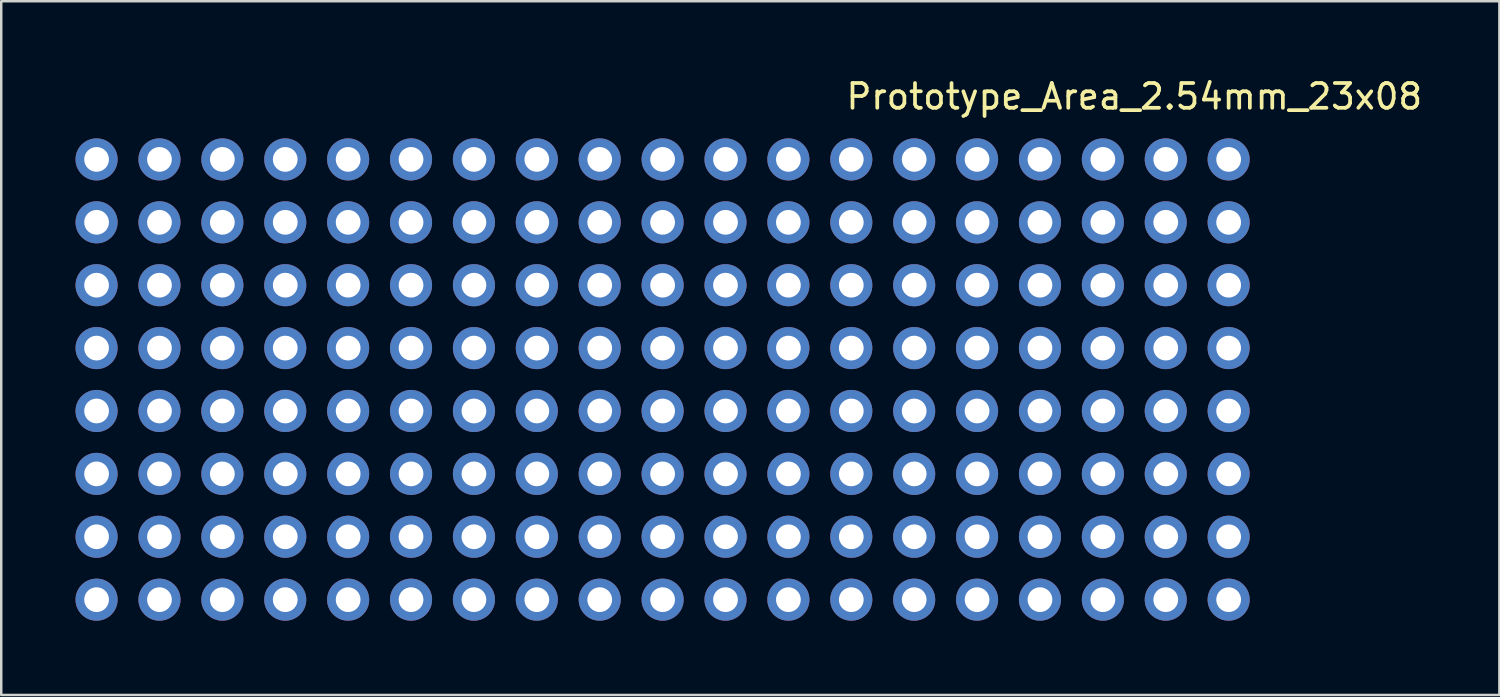
<source format=kicad_pcb>
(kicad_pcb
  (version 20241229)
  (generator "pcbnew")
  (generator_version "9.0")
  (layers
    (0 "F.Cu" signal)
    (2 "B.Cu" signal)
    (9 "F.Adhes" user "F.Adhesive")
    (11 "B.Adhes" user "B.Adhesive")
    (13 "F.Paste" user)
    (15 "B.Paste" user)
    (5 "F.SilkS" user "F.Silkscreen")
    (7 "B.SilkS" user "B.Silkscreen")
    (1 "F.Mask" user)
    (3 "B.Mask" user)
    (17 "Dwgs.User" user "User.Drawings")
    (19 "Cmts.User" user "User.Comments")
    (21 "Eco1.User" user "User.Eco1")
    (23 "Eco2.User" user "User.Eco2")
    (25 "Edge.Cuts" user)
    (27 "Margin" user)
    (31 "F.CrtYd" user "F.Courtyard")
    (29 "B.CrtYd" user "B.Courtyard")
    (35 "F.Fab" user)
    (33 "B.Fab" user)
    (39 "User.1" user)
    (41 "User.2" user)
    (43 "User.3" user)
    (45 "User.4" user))
  (footprint "Prototype_Area_2.54mm_23x08"
    (layer "F.Cu")
    (at 46.57 3.388)
    (property "Reference" "Prototype_Area_2.54mm_23x08" (at -3.81 -2.54 0) (layer "F.SilkS") (effects (font (size 1 1) (thickness 0.15))))
    (attr through_hole)
    (pad "1" thru_hole circle (at -20.32 0) (size 1.7 1.7) (drill 1) (layers "*.Cu" "*.Mask"))
    (pad "1" thru_hole circle (at 0 0) (size 1.7 1.7) (drill 1) (layers "*.Cu" "*.Mask"))
    (pad "2" thru_hole oval (at -22.86 0) (size 1.7 1.7) (drill 1) (layers "*.Cu" "*.Mask"))
    (pad "2" thru_hole oval (at -2.54 0) (size 1.7 1.7) (drill 1) (layers "*.Cu" "*.Mask"))
    (pad "3" thru_hole oval (at -25.4 0) (size 1.7 1.7) (drill 1) (layers "*.Cu" "*.Mask"))
    (pad "3" thru_hole oval (at -5.08 0) (size 1.7 1.7) (drill 1) (layers "*.Cu" "*.Mask"))
    (pad "4" thru_hole oval (at -27.94 0) (size 1.7 1.7) (drill 1) (layers "*.Cu" "*.Mask"))
    (pad "4" thru_hole oval (at -7.62 0) (size 1.7 1.7) (drill 1) (layers "*.Cu" "*.Mask"))
    (pad "5" thru_hole circle (at -30.48 0) (size 1.7 1.7) (drill 1) (layers "*.Cu" "*.Mask"))
    (pad "5" thru_hole circle (at -10.16 0) (size 1.7 1.7) (drill 1) (layers "*.Cu" "*.Mask"))
    (pad "6" thru_hole oval (at -40.64 0) (size 1.7 1.7) (drill 1) (layers "*.Cu" "*.Mask"))
    (pad "6" thru_hole oval (at -33.02 0) (size 1.7 1.7) (drill 1) (layers "*.Cu" "*.Mask"))
    (pad "6" thru_hole oval (at -12.7 0) (size 1.7 1.7) (drill 1) (layers "*.Cu" "*.Mask"))
    (pad "7" thru_hole oval (at -43.18 0) (size 1.7 1.7) (drill 1) (layers "*.Cu" "*.Mask"))
    (pad "7" thru_hole oval (at -35.56 0) (size 1.7 1.7) (drill 1) (layers "*.Cu" "*.Mask"))
    (pad "7" thru_hole oval (at -15.24 0) (size 1.7 1.7) (drill 1) (layers "*.Cu" "*.Mask"))
    (pad "8" thru_hole oval (at -45.72 0) (size 1.7 1.7) (drill 1) (layers "*.Cu" "*.Mask"))
    (pad "8" thru_hole oval (at -38.1 0) (size 1.7 1.7) (drill 1) (layers "*.Cu" "*.Mask"))
    (pad "8" thru_hole oval (at -17.78 0) (size 1.7 1.7) (drill 1) (layers "*.Cu" "*.Mask"))
    (pad "11" thru_hole oval (at -45.72 2.54) (size 1.7 1.7) (drill 1) (layers "*.Cu" "*.Mask"))
    (pad "11" thru_hole oval (at -38.1 2.54) (size 1.7 1.7) (drill 1) (layers "*.Cu" "*.Mask"))
    (pad "11" thru_hole oval (at -17.78 2.54) (size 1.7 1.7) (drill 1) (layers "*.Cu" "*.Mask"))
    (pad "12" thru_hole oval (at -43.18 2.54) (size 1.7 1.7) (drill 1) (layers "*.Cu" "*.Mask"))
    (pad "12" thru_hole oval (at -35.56 2.54) (size 1.7 1.7) (drill 1) (layers "*.Cu" "*.Mask"))
    (pad "12" thru_hole oval (at -15.24 2.54) (size 1.7 1.7) (drill 1) (layers "*.Cu" "*.Mask"))
    (pad "13" thru_hole oval (at -40.64 2.54) (size 1.7 1.7) (drill 1) (layers "*.Cu" "*.Mask"))
    (pad "13" thru_hole oval (at -33.02 2.54) (size 1.7 1.7) (drill 1) (layers "*.Cu" "*.Mask"))
    (pad "13" thru_hole oval (at -12.7 2.54) (size 1.7 1.7) (drill 1) (layers "*.Cu" "*.Mask"))
    (pad "14" thru_hole oval (at -30.48 2.54) (size 1.7 1.7) (drill 1) (layers "*.Cu" "*.Mask"))
    (pad "14" thru_hole oval (at -10.16 2.54) (size 1.7 1.7) (drill 1) (layers "*.Cu" "*.Mask"))
    (pad "15" thru_hole oval (at -27.94 2.54) (size 1.7 1.7) (drill 1) (layers "*.Cu" "*.Mask"))
    (pad "15" thru_hole oval (at -7.62 2.54) (size 1.7 1.7) (drill 1) (layers "*.Cu" "*.Mask"))
    (pad "16" thru_hole oval (at -25.4 2.54) (size 1.7 1.7) (drill 1) (layers "*.Cu" "*.Mask"))
    (pad "16" thru_hole oval (at -5.08 2.54) (size 1.7 1.7) (drill 1) (layers "*.Cu" "*.Mask"))
    (pad "17" thru_hole oval (at -22.86 2.54) (size 1.7 1.7) (drill 1) (layers "*.Cu" "*.Mask"))
    (pad "17" thru_hole oval (at -2.54 2.54) (size 1.7 1.7) (drill 1) (layers "*.Cu" "*.Mask"))
    (pad "18" thru_hole oval (at -20.32 2.54) (size 1.7 1.7) (drill 1) (layers "*.Cu" "*.Mask"))
    (pad "18" thru_hole oval (at 0 2.54) (size 1.7 1.7) (drill 1) (layers "*.Cu" "*.Mask"))
    (pad "19" thru_hole oval (at -20.32 5.08) (size 1.7 1.7) (drill 1) (layers "*.Cu" "*.Mask"))
    (pad "19" thru_hole oval (at 0 5.08) (size 1.7 1.7) (drill 1) (layers "*.Cu" "*.Mask"))
    (pad "20" thru_hole oval (at -22.86 5.08) (size 1.7 1.7) (drill 1) (layers "*.Cu" "*.Mask"))
    (pad "20" thru_hole oval (at -2.54 5.08) (size 1.7 1.7) (drill 1) (layers "*.Cu" "*.Mask"))
    (pad "21" thru_hole oval (at -25.4 5.08) (size 1.7 1.7) (drill 1) (layers "*.Cu" "*.Mask"))
    (pad "21" thru_hole oval (at -5.08 5.08) (size 1.7 1.7) (drill 1) (layers "*.Cu" "*.Mask"))
    (pad "22" thru_hole oval (at -27.94 5.08) (size 1.7 1.7) (drill 1) (layers "*.Cu" "*.Mask"))
    (pad "22" thru_hole oval (at -7.62 5.08) (size 1.7 1.7) (drill 1) (layers "*.Cu" "*.Mask"))
    (pad "23" thru_hole oval (at -30.48 5.08) (size 1.7 1.7) (drill 1) (layers "*.Cu" "*.Mask"))
    (pad "23" thru_hole oval (at -10.16 5.08) (size 1.7 1.7) (drill 1) (layers "*.Cu" "*.Mask"))
    (pad "24" thru_hole oval (at -40.64 5.08) (size 1.7 1.7) (drill 1) (layers "*.Cu" "*.Mask"))
    (pad "24" thru_hole oval (at -33.02 5.08) (size 1.7 1.7) (drill 1) (layers "*.Cu" "*.Mask"))
    (pad "24" thru_hole oval (at -12.7 5.08) (size 1.7 1.7) (drill 1) (layers "*.Cu" "*.Mask"))
    (pad "25" thru_hole oval (at -43.18 5.08) (size 1.7 1.7) (drill 1) (layers "*.Cu" "*.Mask"))
    (pad "25" thru_hole oval (at -35.56 5.08) (size 1.7 1.7) (drill 1) (layers "*.Cu" "*.Mask"))
    (pad "25" thru_hole oval (at -15.24 5.08) (size 1.7 1.7) (drill 1) (layers "*.Cu" "*.Mask"))
    (pad "26" thru_hole oval (at -45.72 5.08) (size 1.7 1.7) (drill 1) (layers "*.Cu" "*.Mask"))
    (pad "26" thru_hole oval (at -38.1 5.08) (size 1.7 1.7) (drill 1) (layers "*.Cu" "*.Mask"))
    (pad "26" thru_hole oval (at -17.78 5.08) (size 1.7 1.7) (drill 1) (layers "*.Cu" "*.Mask"))
    (pad "29" thru_hole oval (at -45.72 7.62) (size 1.7 1.7) (drill 1) (layers "*.Cu" "*.Mask"))
    (pad "29" thru_hole oval (at -38.1 7.62) (size 1.7 1.7) (drill 1) (layers "*.Cu" "*.Mask"))
    (pad "29" thru_hole oval (at -17.78 7.62) (size 1.7 1.7) (drill 1) (layers "*.Cu" "*.Mask"))
    (pad "30" thru_hole oval (at -43.18 7.62) (size 1.7 1.7) (drill 1) (layers "*.Cu" "*.Mask"))
    (pad "30" thru_hole oval (at -35.56 7.62) (size 1.7 1.7) (drill 1) (layers "*.Cu" "*.Mask"))
    (pad "30" thru_hole oval (at -15.24 7.62) (size 1.7 1.7) (drill 1) (layers "*.Cu" "*.Mask"))
    (pad "31" thru_hole oval (at -40.64 7.62) (size 1.7 1.7) (drill 1) (layers "*.Cu" "*.Mask"))
    (pad "31" thru_hole oval (at -33.02 7.62) (size 1.7 1.7) (drill 1) (layers "*.Cu" "*.Mask"))
    (pad "31" thru_hole oval (at -12.7 7.62) (size 1.7 1.7) (drill 1) (layers "*.Cu" "*.Mask"))
    (pad "32" thru_hole oval (at -30.48 7.62) (size 1.7 1.7) (drill 1) (layers "*.Cu" "*.Mask"))
    (pad "32" thru_hole oval (at -10.16 7.62) (size 1.7 1.7) (drill 1) (layers "*.Cu" "*.Mask"))
    (pad "33" thru_hole oval (at -27.94 7.62) (size 1.7 1.7) (drill 1) (layers "*.Cu" "*.Mask"))
    (pad "33" thru_hole oval (at -7.62 7.62) (size 1.7 1.7) (drill 1) (layers "*.Cu" "*.Mask"))
    (pad "34" thru_hole oval (at -25.4 7.62) (size 1.7 1.7) (drill 1) (layers "*.Cu" "*.Mask"))
    (pad "34" thru_hole oval (at -5.08 7.62) (size 1.7 1.7) (drill 1) (layers "*.Cu" "*.Mask"))
    (pad "35" thru_hole oval (at -22.86 7.62) (size 1.7 1.7) (drill 1) (layers "*.Cu" "*.Mask"))
    (pad "35" thru_hole oval (at -2.54 7.62) (size 1.7 1.7) (drill 1) (layers "*.Cu" "*.Mask"))
    (pad "36" thru_hole oval (at -20.32 7.62) (size 1.7 1.7) (drill 1) (layers "*.Cu" "*.Mask"))
    (pad "36" thru_hole oval (at 0 7.62) (size 1.7 1.7) (drill 1) (layers "*.Cu" "*.Mask"))
    (pad "37" thru_hole oval (at -20.32 10.16) (size 1.7 1.7) (drill 1) (layers "*.Cu" "*.Mask"))
    (pad "37" thru_hole oval (at 0 10.16) (size 1.7 1.7) (drill 1) (layers "*.Cu" "*.Mask"))
    (pad "38" thru_hole oval (at -22.86 10.16) (size 1.7 1.7) (drill 1) (layers "*.Cu" "*.Mask"))
    (pad "38" thru_hole oval (at -2.54 10.16) (size 1.7 1.7) (drill 1) (layers "*.Cu" "*.Mask"))
    (pad "39" thru_hole oval (at -25.4 10.16) (size 1.7 1.7) (drill 1) (layers "*.Cu" "*.Mask"))
    (pad "39" thru_hole oval (at -5.08 10.16) (size 1.7 1.7) (drill 1) (layers "*.Cu" "*.Mask"))
    (pad "40" thru_hole oval (at -27.94 10.16) (size 1.7 1.7) (drill 1) (layers "*.Cu" "*.Mask"))
    (pad "40" thru_hole oval (at -7.62 10.16) (size 1.7 1.7) (drill 1) (layers "*.Cu" "*.Mask"))
    (pad "41" thru_hole oval (at -30.48 10.16) (size 1.7 1.7) (drill 1) (layers "*.Cu" "*.Mask"))
    (pad "41" thru_hole oval (at -10.16 10.16) (size 1.7 1.7) (drill 1) (layers "*.Cu" "*.Mask"))
    (pad "42" thru_hole oval (at -40.64 10.16) (size 1.7 1.7) (drill 1) (layers "*.Cu" "*.Mask"))
    (pad "42" thru_hole oval (at -33.02 10.16) (size 1.7 1.7) (drill 1) (layers "*.Cu" "*.Mask"))
    (pad "42" thru_hole oval (at -12.7 10.16) (size 1.7 1.7) (drill 1) (layers "*.Cu" "*.Mask"))
    (pad "43" thru_hole oval (at -43.18 10.16) (size 1.7 1.7) (drill 1) (layers "*.Cu" "*.Mask"))
    (pad "43" thru_hole oval (at -35.56 10.16) (size 1.7 1.7) (drill 1) (layers "*.Cu" "*.Mask"))
    (pad "43" thru_hole oval (at -15.24 10.16) (size 1.7 1.7) (drill 1) (layers "*.Cu" "*.Mask"))
    (pad "44" thru_hole oval (at -45.72 10.16) (size 1.7 1.7) (drill 1) (layers "*.Cu" "*.Mask"))
    (pad "44" thru_hole oval (at -38.1 10.16) (size 1.7 1.7) (drill 1) (layers "*.Cu" "*.Mask"))
    (pad "44" thru_hole oval (at -17.78 10.16) (size 1.7 1.7) (drill 1) (layers "*.Cu" "*.Mask"))
    (pad "47" thru_hole oval (at -45.72 12.7) (size 1.7 1.7) (drill 1) (layers "*.Cu" "*.Mask"))
    (pad "47" thru_hole oval (at -38.1 12.7) (size 1.7 1.7) (drill 1) (layers "*.Cu" "*.Mask"))
    (pad "47" thru_hole oval (at -17.78 12.7) (size 1.7 1.7) (drill 1) (layers "*.Cu" "*.Mask"))
    (pad "48" thru_hole oval (at -43.18 12.7) (size 1.7 1.7) (drill 1) (layers "*.Cu" "*.Mask"))
    (pad "48" thru_hole oval (at -35.56 12.7) (size 1.7 1.7) (drill 1) (layers "*.Cu" "*.Mask"))
    (pad "48" thru_hole oval (at -15.24 12.7) (size 1.7 1.7) (drill 1) (layers "*.Cu" "*.Mask"))
    (pad "49" thru_hole oval (at -40.64 12.7) (size 1.7 1.7) (drill 1) (layers "*.Cu" "*.Mask"))
    (pad "49" thru_hole oval (at -33.02 12.7) (size 1.7 1.7) (drill 1) (layers "*.Cu" "*.Mask"))
    (pad "49" thru_hole oval (at -12.7 12.7) (size 1.7 1.7) (drill 1) (layers "*.Cu" "*.Mask"))
    (pad "50" thru_hole oval (at -30.48 12.7) (size 1.7 1.7) (drill 1) (layers "*.Cu" "*.Mask"))
    (pad "50" thru_hole oval (at -10.16 12.7) (size 1.7 1.7) (drill 1) (layers "*.Cu" "*.Mask"))
    (pad "51" thru_hole oval (at -27.94 12.7) (size 1.7 1.7) (drill 1) (layers "*.Cu" "*.Mask"))
    (pad "51" thru_hole oval (at -7.62 12.7) (size 1.7 1.7) (drill 1) (layers "*.Cu" "*.Mask"))
    (pad "52" thru_hole oval (at -25.4 12.7) (size 1.7 1.7) (drill 1) (layers "*.Cu" "*.Mask"))
    (pad "52" thru_hole oval (at -5.08 12.7) (size 1.7 1.7) (drill 1) (layers "*.Cu" "*.Mask"))
    (pad "53" thru_hole oval (at -22.86 12.7) (size 1.7 1.7) (drill 1) (layers "*.Cu" "*.Mask"))
    (pad "53" thru_hole oval (at -2.54 12.7) (size 1.7 1.7) (drill 1) (layers "*.Cu" "*.Mask"))
    (pad "54" thru_hole oval (at -20.32 12.7) (size 1.7 1.7) (drill 1) (layers "*.Cu" "*.Mask"))
    (pad "54" thru_hole oval (at 0 12.7) (size 1.7 1.7) (drill 1) (layers "*.Cu" "*.Mask"))
    (pad "55" thru_hole oval (at -20.32 15.24) (size 1.7 1.7) (drill 1) (layers "*.Cu" "*.Mask"))
    (pad "55" thru_hole oval (at 0 15.24) (size 1.7 1.7) (drill 1) (layers "*.Cu" "*.Mask"))
    (pad "56" thru_hole oval (at -22.86 15.24) (size 1.7 1.7) (drill 1) (layers "*.Cu" "*.Mask"))
    (pad "56" thru_hole oval (at -2.54 15.24) (size 1.7 1.7) (drill 1) (layers "*.Cu" "*.Mask"))
    (pad "57" thru_hole oval (at -25.4 15.24) (size 1.7 1.7) (drill 1) (layers "*.Cu" "*.Mask"))
    (pad "57" thru_hole oval (at -5.08 15.24) (size 1.7 1.7) (drill 1) (layers "*.Cu" "*.Mask"))
    (pad "58" thru_hole oval (at -27.94 15.24) (size 1.7 1.7) (drill 1) (layers "*.Cu" "*.Mask"))
    (pad "58" thru_hole oval (at -7.62 15.24) (size 1.7 1.7) (drill 1) (layers "*.Cu" "*.Mask"))
    (pad "59" thru_hole oval (at -30.48 15.24) (size 1.7 1.7) (drill 1) (layers "*.Cu" "*.Mask"))
    (pad "59" thru_hole oval (at -10.16 15.24) (size 1.7 1.7) (drill 1) (layers "*.Cu" "*.Mask"))
    (pad "60" thru_hole oval (at -40.64 15.24) (size 1.7 1.7) (drill 1) (layers "*.Cu" "*.Mask"))
    (pad "60" thru_hole oval (at -33.02 15.24) (size 1.7 1.7) (drill 1) (layers "*.Cu" "*.Mask"))
    (pad "60" thru_hole oval (at -12.7 15.24) (size 1.7 1.7) (drill 1) (layers "*.Cu" "*.Mask"))
    (pad "61" thru_hole oval (at -43.18 15.24) (size 1.7 1.7) (drill 1) (layers "*.Cu" "*.Mask"))
    (pad "61" thru_hole oval (at -35.56 15.24) (size 1.7 1.7) (drill 1) (layers "*.Cu" "*.Mask"))
    (pad "61" thru_hole oval (at -15.24 15.24) (size 1.7 1.7) (drill 1) (layers "*.Cu" "*.Mask"))
    (pad "62" thru_hole oval (at -45.72 15.24) (size 1.7 1.7) (drill 1) (layers "*.Cu" "*.Mask"))
    (pad "62" thru_hole oval (at -38.1 15.24) (size 1.7 1.7) (drill 1) (layers "*.Cu" "*.Mask"))
    (pad "62" thru_hole oval (at -17.78 15.24) (size 1.7 1.7) (drill 1) (layers "*.Cu" "*.Mask"))
    (pad "65" thru_hole oval (at -45.72 17.78) (size 1.7 1.7) (drill 1) (layers "*.Cu" "*.Mask"))
    (pad "65" thru_hole oval (at -38.1 17.78) (size 1.7 1.7) (drill 1) (layers "*.Cu" "*.Mask"))
    (pad "65" thru_hole oval (at -17.78 17.78) (size 1.7 1.7) (drill 1) (layers "*.Cu" "*.Mask"))
    (pad "66" thru_hole oval (at -43.18 17.78) (size 1.7 1.7) (drill 1) (layers "*.Cu" "*.Mask"))
    (pad "66" thru_hole oval (at -35.56 17.78) (size 1.7 1.7) (drill 1) (layers "*.Cu" "*.Mask"))
    (pad "66" thru_hole oval (at -15.24 17.78) (size 1.7 1.7) (drill 1) (layers "*.Cu" "*.Mask"))
    (pad "67" thru_hole oval (at -40.64 17.78) (size 1.7 1.7) (drill 1) (layers "*.Cu" "*.Mask"))
    (pad "67" thru_hole oval (at -33.02 17.78) (size 1.7 1.7) (drill 1) (layers "*.Cu" "*.Mask"))
    (pad "67" thru_hole oval (at -12.7 17.78) (size 1.7 1.7) (drill 1) (layers "*.Cu" "*.Mask"))
    (pad "68" thru_hole oval (at -30.48 17.78) (size 1.7 1.7) (drill 1) (layers "*.Cu" "*.Mask"))
    (pad "68" thru_hole oval (at -10.16 17.78) (size 1.7 1.7) (drill 1) (layers "*.Cu" "*.Mask"))
    (pad "69" thru_hole oval (at -27.94 17.78) (size 1.7 1.7) (drill 1) (layers "*.Cu" "*.Mask"))
    (pad "69" thru_hole oval (at -7.62 17.78) (size 1.7 1.7) (drill 1) (layers "*.Cu" "*.Mask"))
    (pad "70" thru_hole oval (at -25.4 17.78) (size 1.7 1.7) (drill 1) (layers "*.Cu" "*.Mask"))
    (pad "70" thru_hole oval (at -5.08 17.78) (size 1.7 1.7) (drill 1) (layers "*.Cu" "*.Mask"))
    (pad "71" thru_hole oval (at -22.86 17.78) (size 1.7 1.7) (drill 1) (layers "*.Cu" "*.Mask"))
    (pad "71" thru_hole oval (at -2.54 17.78) (size 1.7 1.7) (drill 1) (layers "*.Cu" "*.Mask"))
    (pad "72" thru_hole oval (at -20.32 17.78) (size 1.7 1.7) (drill 1) (layers "*.Cu" "*.Mask"))
    (pad "72" thru_hole oval (at 0 17.78) (size 1.7 1.7) (drill 1) (layers "*.Cu" "*.Mask")))
  (gr_rect
    (start -3 -3)
    (end 57.504 25.018)
    (stroke (width 0.1) (type default))
    (fill no)
    (layer "Edge.Cuts")))
</source>
